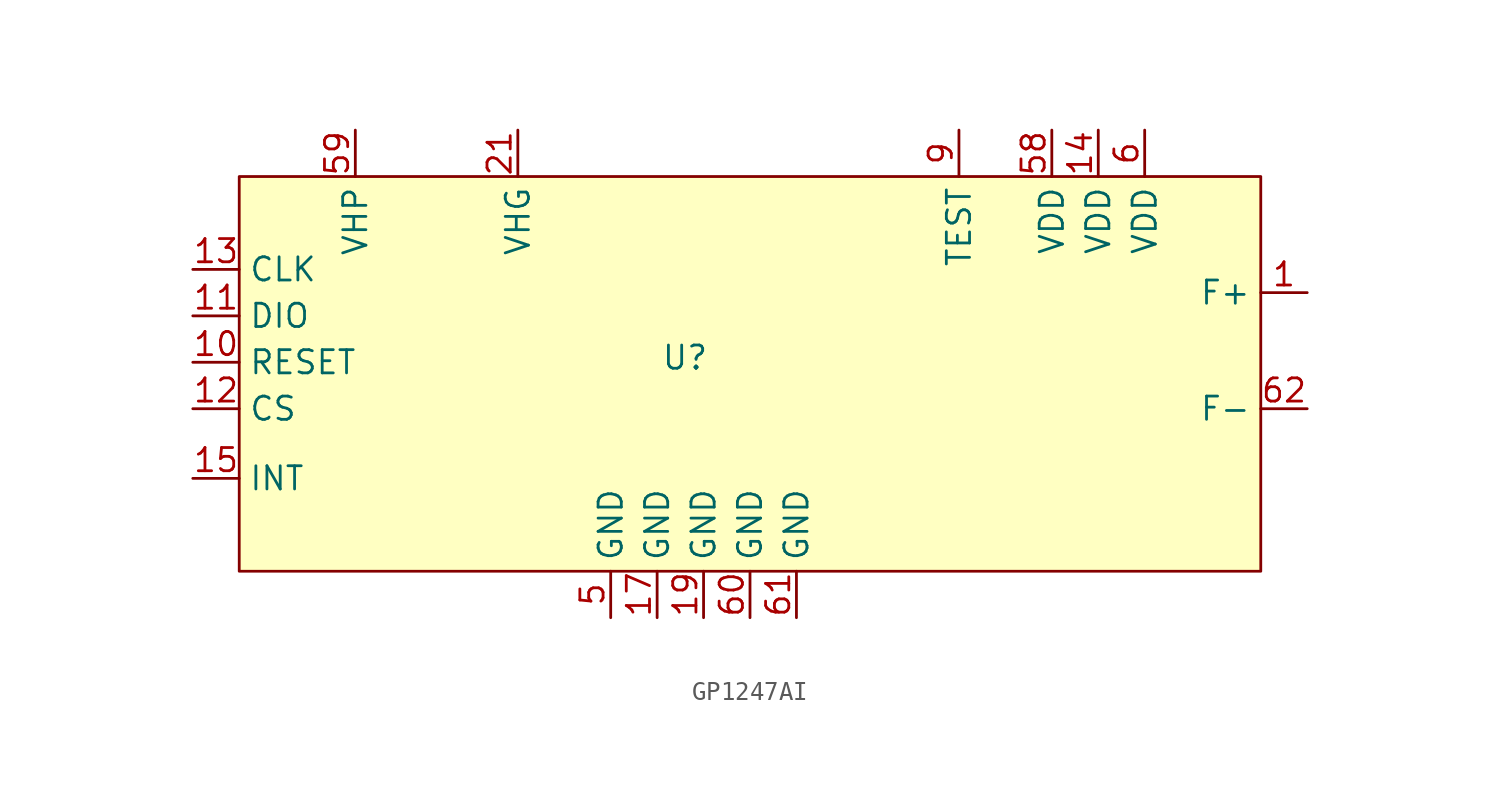
<source format=kicad_sym>
(kicad_symbol_lib
  (version 20241209)
  (generator "kicad_symbol_editor")
  (generator_version "9.0")
  (symbol "GP1247AI"
    (property "Reference" "U"
      (at -1.016 0.254 0)
      (effects (font (size 1.27 1.27))))
    (symbol "GP1247AI_1_1"
      (rectangle (start -25.4 10.16) (end 30.48 -11.43) (stroke (width 0) (type solid)) (fill (type background)))
      (pin passive line (at -27.94 5.08 0) (length 2.54) (name "CLK" (effects (font (size 1.27 1.27)))) (number "13" (effects (font (size 1.27 1.27)))))
      (pin passive line (at -27.94 2.54 0) (length 2.54) (name "DIO" (effects (font (size 1.27 1.27)))) (number "11" (effects (font (size 1.27 1.27)))))
      (pin passive line (at -27.94 0 0) (length 2.54) (name "RESET" (effects (font (size 1.27 1.27)))) (number "10" (effects (font (size 1.27 1.27)))))
      (pin passive line (at -27.94 -2.54 0) (length 2.54) (name "CS" (effects (font (size 1.27 1.27)))) (number "12" (effects (font (size 1.27 1.27)))))
      (pin passive line (at -27.94 -6.35 0) (length 2.54) (name "INT" (effects (font (size 1.27 1.27)))) (number "15" (effects (font (size 1.27 1.27)))))
      (pin no_connect line (at -25.4 -8.89 90) (length 2.54) (hide yes) (name "NC" (effects (font (size 1.27 1.27)))) (number "8" (effects (font (size 1.27 1.27)))))
      (pin no_connect line (at -24.13 -8.89 90) (length 2.54) (hide yes) (name "NC" (effects (font (size 1.27 1.27)))) (number "18" (effects (font (size 1.27 1.27)))))
      (pin no_connect line (at -22.86 -8.89 90) (length 2.54) (hide yes) (name "NC" (effects (font (size 1.27 1.27)))) (number "20" (effects (font (size 1.27 1.27)))))
      (pin no_connect line (at -21.59 -8.89 90) (length 2.54) (hide yes) (name "NC" (effects (font (size 1.27 1.27)))) (number "22" (effects (font (size 1.27 1.27)))))
      (pin no_connect line (at -20.32 -8.89 90) (length 2.54) (hide yes) (name "NC" (effects (font (size 1.27 1.27)))) (number "23" (effects (font (size 1.27 1.27)))))
      (pin power_in line (at -19.05 12.7 270) (length 2.54) (name "VHP" (effects (font (size 1.27 1.27)))) (number "59" (effects (font (size 1.27 1.27)))))
      (pin no_connect line (at -19.05 -8.89 90) (length 2.54) (hide yes) (name "NC" (effects (font (size 1.27 1.27)))) (number "24" (effects (font (size 1.27 1.27)))))
      (pin no_connect line (at -17.78 -8.89 90) (length 2.54) (hide yes) (name "NC" (effects (font (size 1.27 1.27)))) (number "25" (effects (font (size 1.27 1.27)))))
      (pin no_connect line (at -16.51 -8.89 90) (length 2.54) (hide yes) (name "NC" (effects (font (size 1.27 1.27)))) (number "26" (effects (font (size 1.27 1.27)))))
      (pin no_connect line (at -15.24 -8.89 90) (length 2.54) (hide yes) (name "NC" (effects (font (size 1.27 1.27)))) (number "27" (effects (font (size 1.27 1.27)))))
      (pin no_connect line (at -13.97 -8.89 90) (length 2.54) (hide yes) (name "NC" (effects (font (size 1.27 1.27)))) (number "28" (effects (font (size 1.27 1.27)))))
      (pin no_connect line (at -12.7 -8.89 90) (length 2.54) (hide yes) (name "NC" (effects (font (size 1.27 1.27)))) (number "29" (effects (font (size 1.27 1.27)))))
      (pin no_connect line (at -11.43 0 180) (length 2.54) (hide yes) (name "NC" (effects (font (size 1.27 1.27)))) (number "7" (effects (font (size 1.27 1.27)))))
      (pin no_connect line (at -11.43 -1.27 180) (length 2.54) (hide yes) (name "NC" (effects (font (size 1.27 1.27)))) (number "16" (effects (font (size 1.27 1.27)))))
      (pin no_connect line (at -11.43 -8.89 90) (length 2.54) (hide yes) (name "NC" (effects (font (size 1.27 1.27)))) (number "30" (effects (font (size 1.27 1.27)))))
      (pin power_in line (at -10.16 12.7 270) (length 2.54) (name "VHG" (effects (font (size 1.27 1.27)))) (number "21" (effects (font (size 1.27 1.27)))))
      (pin no_connect line (at -10.16 -8.89 90) (length 2.54) (hide yes) (name "NC" (effects (font (size 1.27 1.27)))) (number "31" (effects (font (size 1.27 1.27)))))
      (pin no_connect line (at -8.89 -8.89 90) (length 2.54) (hide yes) (name "NC" (effects (font (size 1.27 1.27)))) (number "32" (effects (font (size 1.27 1.27)))))
      (pin no_connect line (at -7.62 -8.89 90) (length 2.54) (hide yes) (name "NC" (effects (font (size 1.27 1.27)))) (number "33" (effects (font (size 1.27 1.27)))))
      (pin power_in line (at -5.08 -13.97 90) (length 2.54) (name "GND" (effects (font (size 1.27 1.27)))) (number "5" (effects (font (size 1.27 1.27)))))
      (pin power_in line (at -2.54 -13.97 90) (length 2.54) (name "GND" (effects (font (size 1.27 1.27)))) (number "17" (effects (font (size 1.27 1.27)))))
      (pin power_in line (at 0 -13.97 90) (length 2.54) (name "GND" (effects (font (size 1.27 1.27)))) (number "19" (effects (font (size 1.27 1.27)))))
      (pin no_connect line (at 1.27 8.89 270) (length 2.54) (hide yes) (name "NC" (effects (font (size 1.27 1.27)))) (number "57" (effects (font (size 1.27 1.27)))))
      (pin no_connect line (at 2.54 8.89 270) (length 2.54) (hide yes) (name "NC" (effects (font (size 1.27 1.27)))) (number "56" (effects (font (size 1.27 1.27)))))
      (pin power_in line (at 2.54 -13.97 90) (length 2.54) (name "GND" (effects (font (size 1.27 1.27)))) (number "60" (effects (font (size 1.27 1.27)))))
      (pin no_connect line (at 3.81 8.89 270) (length 2.54) (hide yes) (name "NC" (effects (font (size 1.27 1.27)))) (number "55" (effects (font (size 1.27 1.27)))))
      (pin no_connect line (at 5.08 8.89 270) (length 2.54) (hide yes) (name "NC" (effects (font (size 1.27 1.27)))) (number "54" (effects (font (size 1.27 1.27)))))
      (pin power_in line (at 5.08 -13.97 90) (length 2.54) (name "GND" (effects (font (size 1.27 1.27)))) (number "61" (effects (font (size 1.27 1.27)))))
      (pin no_connect line (at 6.35 8.89 270) (length 2.54) (hide yes) (name "NC" (effects (font (size 1.27 1.27)))) (number "53" (effects (font (size 1.27 1.27)))))
      (pin no_connect line (at 7.62 -8.89 90) (length 2.54) (hide yes) (name "NC" (effects (font (size 1.27 1.27)))) (number "34" (effects (font (size 1.27 1.27)))))
      (pin no_connect line (at 8.89 -8.89 90) (length 2.54) (hide yes) (name "NC" (effects (font (size 1.27 1.27)))) (number "35" (effects (font (size 1.27 1.27)))))
      (pin no_connect line (at 10.16 -8.89 90) (length 2.54) (hide yes) (name "NC" (effects (font (size 1.27 1.27)))) (number "36" (effects (font (size 1.27 1.27)))))
      (pin no_connect line (at 11.43 -8.89 90) (length 2.54) (hide yes) (name "NC" (effects (font (size 1.27 1.27)))) (number "37" (effects (font (size 1.27 1.27)))))
      (pin no_connect line (at 12.7 -8.89 90) (length 2.54) (hide yes) (name "NC" (effects (font (size 1.27 1.27)))) (number "38" (effects (font (size 1.27 1.27)))))
      (pin passive line (at 13.97 12.7 270) (length 2.54) (name "TEST" (effects (font (size 1.27 1.27)))) (number "9" (effects (font (size 1.27 1.27)))))
      (pin no_connect line (at 13.97 -8.89 90) (length 2.54) (hide yes) (name "NC" (effects (font (size 1.27 1.27)))) (number "39" (effects (font (size 1.27 1.27)))))
      (pin no_connect line (at 15.24 -8.89 90) (length 2.54) (hide yes) (name "NC" (effects (font (size 1.27 1.27)))) (number "40" (effects (font (size 1.27 1.27)))))
      (pin no_connect line (at 16.51 -8.89 90) (length 2.54) (hide yes) (name "NC" (effects (font (size 1.27 1.27)))) (number "41" (effects (font (size 1.27 1.27)))))
      (pin no_connect line (at 17.78 -8.89 90) (length 2.54) (hide yes) (name "NC" (effects (font (size 1.27 1.27)))) (number "42" (effects (font (size 1.27 1.27)))))
      (pin power_in line (at 19.05 12.7 270) (length 2.54) (name "VDD" (effects (font (size 1.27 1.27)))) (number "58" (effects (font (size 1.27 1.27)))))
      (pin no_connect line (at 19.05 -8.89 90) (length 2.54) (hide yes) (name "NC" (effects (font (size 1.27 1.27)))) (number "43" (effects (font (size 1.27 1.27)))))
      (pin no_connect line (at 20.32 -8.89 90) (length 2.54) (hide yes) (name "NC" (effects (font (size 1.27 1.27)))) (number "44" (effects (font (size 1.27 1.27)))))
      (pin power_in line (at 21.59 12.7 270) (length 2.54) (name "VDD" (effects (font (size 1.27 1.27)))) (number "14" (effects (font (size 1.27 1.27)))))
      (pin no_connect line (at 21.59 -8.89 90) (length 2.54) (hide yes) (name "NC" (effects (font (size 1.27 1.27)))) (number "45" (effects (font (size 1.27 1.27)))))
      (pin no_connect line (at 22.86 -8.89 90) (length 2.54) (hide yes) (name "NC" (effects (font (size 1.27 1.27)))) (number "46" (effects (font (size 1.27 1.27)))))
      (pin power_in line (at 24.13 12.7 270) (length 2.54) (name "VDD" (effects (font (size 1.27 1.27)))) (number "6" (effects (font (size 1.27 1.27)))))
      (pin no_connect line (at 24.13 -8.89 90) (length 2.54) (hide yes) (name "NC" (effects (font (size 1.27 1.27)))) (number "47" (effects (font (size 1.27 1.27)))))
      (pin no_connect line (at 25.4 -8.89 90) (length 2.54) (hide yes) (name "NC" (effects (font (size 1.27 1.27)))) (number "48" (effects (font (size 1.27 1.27)))))
      (pin no_connect line (at 26.67 -8.89 90) (length 2.54) (hide yes) (name "NC" (effects (font (size 1.27 1.27)))) (number "49" (effects (font (size 1.27 1.27)))))
      (pin no_connect line (at 27.94 -8.89 90) (length 2.54) (hide yes) (name "NC" (effects (font (size 1.27 1.27)))) (number "50" (effects (font (size 1.27 1.27)))))
      (pin no_connect line (at 29.21 -8.89 90) (length 2.54) (hide yes) (name "NC" (effects (font (size 1.27 1.27)))) (number "51" (effects (font (size 1.27 1.27)))))
      (pin no_connect line (at 30.48 -8.89 90) (length 2.54) (hide yes) (name "NC" (effects (font (size 1.27 1.27)))) (number "52" (effects (font (size 1.27 1.27)))))
      (pin passive line (at 33.02 3.81 180) (length 2.54) (name "F+" (effects (font (size 1.27 1.27)))) (number "1" (effects (font (size 1.27 1.27)))))
      (pin passive line (at 33.02 3.81 180) (length 2.54) (hide yes) (name "F+" (effects (font (size 1.27 1.27)))) (number "2" (effects (font (size 1.27 1.27)))))
      (pin passive line (at 33.02 3.81 180) (length 2.54) (hide yes) (name "F+" (effects (font (size 1.27 1.27)))) (number "3" (effects (font (size 1.27 1.27)))))
      (pin passive line (at 33.02 3.81 180) (length 2.54) (hide yes) (name "F+" (effects (font (size 1.27 1.27)))) (number "4" (effects (font (size 1.27 1.27)))))
      (pin passive line (at 33.02 -2.54 180) (length 2.54) (name "F-" (effects (font (size 1.27 1.27)))) (number "62" (effects (font (size 1.27 1.27)))))
      (pin passive line (at 33.02 -2.54 180) (length 2.54) (hide yes) (name "F-" (effects (font (size 1.27 1.27)))) (number "63" (effects (font (size 1.27 1.27)))))
      (pin passive line (at 33.02 -2.54 180) (length 2.54) (hide yes) (name "F-" (effects (font (size 1.27 1.27)))) (number "64" (effects (font (size 1.27 1.27)))))
      (pin passive line (at 33.02 -2.54 180) (length 2.54) (hide yes) (name "F-" (effects (font (size 1.27 1.27)))) (number "65" (effects (font (size 1.27 1.27))))))))
</source>
